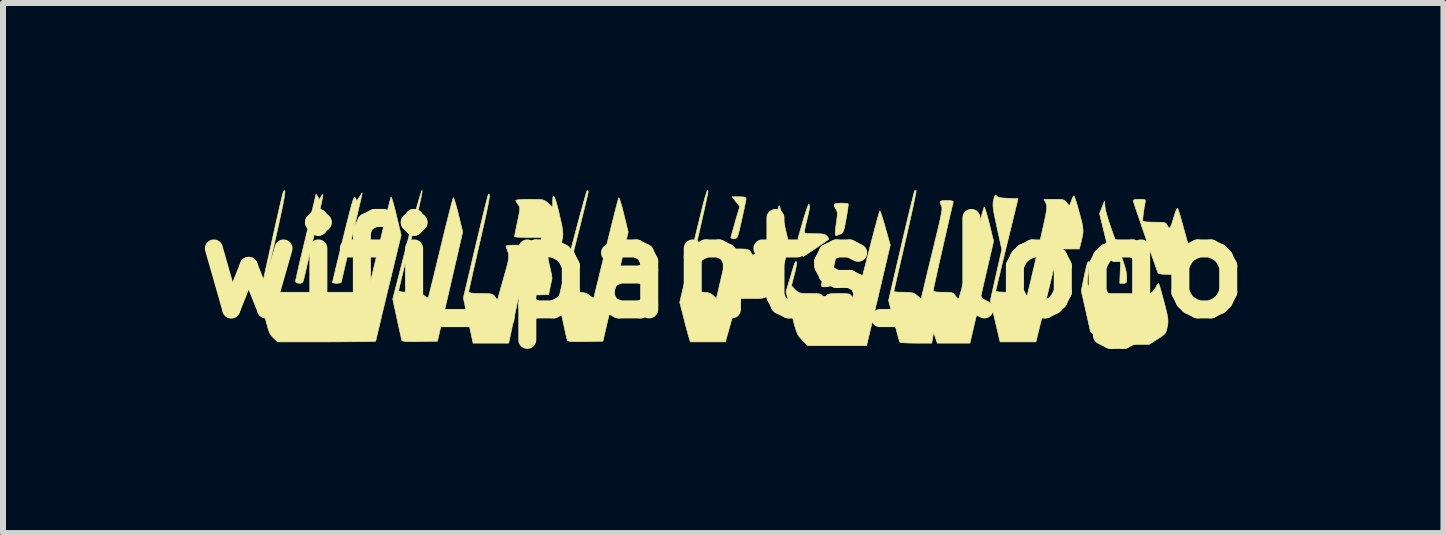
<source format=kicad_pcb>
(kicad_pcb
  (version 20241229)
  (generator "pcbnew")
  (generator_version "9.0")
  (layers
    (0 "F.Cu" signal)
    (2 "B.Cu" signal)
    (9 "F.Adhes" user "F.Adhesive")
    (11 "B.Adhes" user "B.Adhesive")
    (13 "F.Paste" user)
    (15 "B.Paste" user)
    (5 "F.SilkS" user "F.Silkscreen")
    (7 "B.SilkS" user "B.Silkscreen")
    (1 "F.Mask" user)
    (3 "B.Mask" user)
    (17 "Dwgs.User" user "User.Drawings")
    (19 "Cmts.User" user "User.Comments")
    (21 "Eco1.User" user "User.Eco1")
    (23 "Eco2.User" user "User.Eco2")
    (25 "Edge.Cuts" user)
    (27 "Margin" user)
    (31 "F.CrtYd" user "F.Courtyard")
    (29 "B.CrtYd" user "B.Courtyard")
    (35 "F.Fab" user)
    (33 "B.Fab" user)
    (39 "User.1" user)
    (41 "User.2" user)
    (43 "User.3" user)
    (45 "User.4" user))
  (footprint "wifi_pants_logo"
    (layer "F.Cu")
    (at 9.006 1.418)
    (property "Reference" "wifi_pants_logo" (at 0 0 0) (layer "F.SilkS") (effects (font (size 1.524 1.524) (thickness 0.3))))
    (attr through_hole)
    (fp_poly (pts (xy 1.899 -0.291) (xy 1.888 -0.236) (xy 1.871 -0.154) (xy 1.849 -0.053) (xy 1.837 0) (xy 1.769 0.308) (xy 1.701 0.314) (xy 1.654 0.313) (xy 1.634 0.298) (xy 1.634 0.298) (xy 1.639 0.268) (xy 1.652 0.207) (xy 1.671 0.128) (xy 1.68 0.089) (xy 1.712 -0.023) (xy 1.748 -0.109) (xy 1.796 -0.185) (xy 1.812 -0.206) (xy 1.856 -0.261) (xy 1.888 -0.3) (xy 1.901 -0.312) (xy 1.899 -0.291)) (stroke (width 0.01) (type solid)) (fill yes) (layer "F.SilkS"))
    (fp_poly (pts (xy 0.337 -1.185) (xy 0.374 -1.174) (xy 0.382 -1.159) (xy 0.377 -1.128) (xy 0.365 -1.066) (xy 0.347 -0.98) (xy 0.326 -0.882) (xy 0.303 -0.779) (xy 0.281 -0.683) (xy 0.261 -0.601) (xy 0.253 -0.568) (xy 0.233 -0.514) (xy 0.206 -0.491) (xy 0.18 -0.488) (xy 0.14 -0.494) (xy 0.127 -0.506) (xy 0.133 -0.532) (xy 0.149 -0.59) (xy 0.172 -0.672) (xy 0.2 -0.77) (xy 0.201 -0.776) (xy 0.276 -1.028) (xy 0.211 -1.108) (xy 0.147 -1.188) (xy 0.264 -1.188) (xy 0.337 -1.185)) (stroke (width 0.01) (type solid)) (fill yes) (layer "F.SilkS"))
    (fp_poly (pts (xy 2.025 -1.08) (xy 2.07 -1.076) (xy 2.083 -1.071) (xy 2.084 -1.047) (xy 2.077 -0.991) (xy 2.065 -0.91) (xy 2.05 -0.824) (xy 2.03 -0.721) (xy 2.015 -0.652) (xy 2 -0.609) (xy 1.982 -0.584) (xy 1.958 -0.568) (xy 1.936 -0.559) (xy 1.89 -0.542) (xy 1.871 -0.546) (xy 1.867 -0.577) (xy 1.867 -0.585) (xy 1.871 -0.633) (xy 1.879 -0.707) (xy 1.89 -0.786) (xy 1.901 -0.868) (xy 1.902 -0.921) (xy 1.893 -0.958) (xy 1.88 -0.98) (xy 1.85 -1.032) (xy 1.852 -1.063) (xy 1.889 -1.078) (xy 1.959 -1.082) (xy 2.025 -1.08)) (stroke (width 0.01) (type solid)) (fill yes) (layer "F.SilkS"))
    (fp_poly (pts (xy 6.367 -0.997) (xy 6.38 -0.937) (xy 6.406 -0.843) (xy 6.446 -0.721) (xy 6.496 -0.578) (xy 6.553 -0.423) (xy 6.613 -0.262) (xy 6.658 -0.135) (xy 6.691 -0.037) (xy 6.712 0.039) (xy 6.723 0.098) (xy 6.727 0.145) (xy 6.727 0.145) (xy 6.725 0.209) (xy 6.717 0.242) (xy 6.697 0.253) (xy 6.668 0.255) (xy 6.61 0.255) (xy 6.624 -0.106) (xy 6.549 -0.106) (xy 6.524 -0.105) (xy 6.504 -0.106) (xy 6.489 -0.113) (xy 6.474 -0.132) (xy 6.46 -0.167) (xy 6.443 -0.223) (xy 6.421 -0.306) (xy 6.393 -0.42) (xy 6.356 -0.569) (xy 6.355 -0.575) (xy 6.273 -0.907) (xy 6.314 -1.01) (xy 6.355 -1.114) (xy 6.367 -0.997)) (stroke (width 0.01) (type solid)) (fill yes) (layer "F.SilkS"))
    (fp_poly (pts (xy 1.438 -1.052) (xy 1.441 -1.021) (xy 1.432 -0.963) (xy 1.412 -0.873) (xy 1.392 -0.791) (xy 1.371 -0.706) (xy 1.358 -0.637) (xy 1.352 -0.594) (xy 1.353 -0.585) (xy 1.379 -0.579) (xy 1.435 -0.575) (xy 1.512 -0.573) (xy 1.528 -0.573) (xy 1.616 -0.571) (xy 1.672 -0.564) (xy 1.708 -0.55) (xy 1.73 -0.53) (xy 1.755 -0.497) (xy 1.759 -0.481) (xy 1.729 -0.458) (xy 1.675 -0.421) (xy 1.606 -0.373) (xy 1.531 -0.322) (xy 1.457 -0.273) (xy 1.394 -0.231) (xy 1.349 -0.201) (xy 1.331 -0.191) (xy 1.321 -0.21) (xy 1.305 -0.26) (xy 1.286 -0.331) (xy 1.283 -0.342) (xy 1.246 -0.493) (xy 1.327 -0.777) (xy 1.358 -0.88) (xy 1.386 -0.966) (xy 1.408 -1.028) (xy 1.423 -1.059) (xy 1.426 -1.061) (xy 1.438 -1.052)) (stroke (width 0.01) (type solid)) (fill yes) (layer "F.SilkS"))
    (fp_poly (pts (xy -6.78 -1.222) (xy -6.76 -1.19) (xy -6.732 -1.139) (xy -6.706 -1.187) (xy -6.684 -1.219) (xy -6.672 -1.225) (xy -6.674 -1.203) (xy -6.685 -1.145) (xy -6.704 -1.055) (xy -6.73 -0.94) (xy -6.761 -0.803) (xy -6.796 -0.651) (xy -6.812 -0.582) (xy -6.851 -0.418) (xy -6.887 -0.264) (xy -6.92 -0.125) (xy -6.947 -0.006) (xy -6.968 0.085) (xy -6.982 0.143) (xy -6.984 0.154) (xy -7 0.215) (xy -7.018 0.244) (xy -7.048 0.254) (xy -7.068 0.255) (xy -7.117 0.245) (xy -7.13 0.222) (xy -7.125 0.194) (xy -7.111 0.13) (xy -7.09 0.035) (xy -7.062 -0.086) (xy -7.028 -0.228) (xy -6.99 -0.387) (xy -6.96 -0.512) (xy -6.92 -0.678) (xy -6.883 -0.831) (xy -6.851 -0.966) (xy -6.824 -1.078) (xy -6.804 -1.162) (xy -6.793 -1.213) (xy -6.79 -1.227) (xy -6.78 -1.222)) (stroke (width 0.01) (type solid)) (fill yes) (layer "F.SilkS"))
    (fp_poly (pts (xy -6.021 -1.232) (xy -6.033 -1.176) (xy -6.054 -1.087) (xy -6.081 -0.971) (xy -6.113 -0.833) (xy -6.151 -0.676) (xy -6.189 -0.516) (xy -6.23 -0.346) (xy -6.267 -0.188) (xy -6.301 -0.049) (xy -6.328 0.069) (xy -6.349 0.158) (xy -6.362 0.216) (xy -6.366 0.237) (xy -6.385 0.249) (xy -6.43 0.254) (xy -6.44 0.255) (xy -6.489 0.251) (xy -6.513 0.241) (xy -6.514 0.239) (xy -6.508 0.215) (xy -6.494 0.155) (xy -6.472 0.063) (xy -6.444 -0.055) (xy -6.41 -0.195) (xy -6.371 -0.353) (xy -6.336 -0.497) (xy -6.289 -0.689) (xy -6.25 -0.843) (xy -6.22 -0.963) (xy -6.195 -1.053) (xy -6.176 -1.116) (xy -6.162 -1.155) (xy -6.151 -1.175) (xy -6.142 -1.178) (xy -6.134 -1.169) (xy -6.133 -1.168) (xy -6.107 -1.119) (xy -6.064 -1.185) (xy -6.036 -1.228) (xy -6.019 -1.251) (xy -6.017 -1.252) (xy -6.021 -1.232)) (stroke (width 0.01) (type solid)) (fill yes) (layer "F.SilkS"))
    (fp_poly (pts (xy 6.099 -0.104) (xy 6.1 -0.081) (xy 6.097 -0.025) (xy 6.089 0.052) (xy 6.085 0.088) (xy 6.075 0.176) (xy 6.071 0.234) (xy 6.077 0.274) (xy 6.092 0.306) (xy 6.119 0.344) (xy 6.121 0.348) (xy 6.18 0.424) (xy 6.537 0.424) (xy 6.668 0.425) (xy 6.762 0.426) (xy 6.827 0.429) (xy 6.868 0.434) (xy 6.891 0.443) (xy 6.902 0.455) (xy 6.907 0.467) (xy 6.92 0.496) (xy 6.942 0.506) (xy 6.98 0.497) (xy 7.044 0.467) (xy 7.068 0.456) (xy 7.155 0.399) (xy 7.207 0.332) (xy 7.209 0.328) (xy 7.234 0.281) (xy 7.253 0.256) (xy 7.256 0.255) (xy 7.265 0.274) (xy 7.283 0.327) (xy 7.306 0.408) (xy 7.333 0.508) (xy 7.347 0.56) (xy 7.378 0.68) (xy 7.399 0.769) (xy 7.411 0.835) (xy 7.414 0.886) (xy 7.412 0.931) (xy 7.403 0.98) (xy 7.403 0.98) (xy 7.39 1.04) (xy 7.372 1.081) (xy 7.341 1.115) (xy 7.288 1.154) (xy 7.24 1.184) (xy 7.1 1.273) (xy 6.332 1.273) (xy 6.227 1.167) (xy 6.122 1.06) (xy 6.046 0.721) (xy 5.969 0.381) (xy 6.016 0.147) (xy 6.04 0.033) (xy 6.059 -0.045) (xy 6.074 -0.09) (xy 6.088 -0.108) (xy 6.099 -0.104)) (stroke (width 0.01) (type solid)) (fill yes) (layer "F.SilkS"))
    (fp_poly (pts (xy 7.002 -1.144) (xy 7.032 -1.137) (xy 7.038 -1.118) (xy 7.035 -1.098) (xy 7.021 -1.028) (xy 7.009 -0.95) (xy 6.999 -0.874) (xy 6.994 -0.814) (xy 6.995 -0.781) (xy 6.995 -0.78) (xy 7.02 -0.773) (xy 7.076 -0.767) (xy 7.154 -0.764) (xy 7.191 -0.764) (xy 7.281 -0.763) (xy 7.338 -0.76) (xy 7.371 -0.751) (xy 7.389 -0.734) (xy 7.402 -0.71) (xy 7.426 -0.674) (xy 7.445 -0.667) (xy 7.459 -0.691) (xy 7.48 -0.746) (xy 7.504 -0.821) (xy 7.512 -0.85) (xy 7.538 -0.932) (xy 7.559 -0.982) (xy 7.574 -0.997) (xy 7.577 -0.994) (xy 7.588 -0.964) (xy 7.608 -0.901) (xy 7.633 -0.815) (xy 7.662 -0.713) (xy 7.668 -0.69) (xy 7.744 -0.415) (xy 7.679 -0.192) (xy 7.645 -0.076) (xy 7.619 0.005) (xy 7.596 0.057) (xy 7.569 0.088) (xy 7.534 0.102) (xy 7.485 0.106) (xy 7.417 0.106) (xy 7.415 0.106) (xy 7.319 0.103) (xy 7.263 0.092) (xy 7.246 0.08) (xy 7.221 0.008) (xy 7.187 -0.088) (xy 7.146 -0.204) (xy 7.101 -0.333) (xy 7.054 -0.47) (xy 7.007 -0.607) (xy 6.962 -0.74) (xy 6.92 -0.863) (xy 6.884 -0.968) (xy 6.856 -1.052) (xy 6.839 -1.106) (xy 6.833 -1.127) (xy 6.852 -1.138) (xy 6.901 -1.145) (xy 6.939 -1.146) (xy 7.002 -1.144)) (stroke (width 0.01) (type solid)) (fill yes) (layer "F.SilkS"))
    (fp_poly (pts (xy -5.019 -1.274) (xy -5.028 -1.216) (xy -5.048 -1.123) (xy -5.076 -0.998) (xy -5.112 -0.843) (xy -5.156 -0.662) (xy -5.203 -0.472) (xy -5.248 -0.291) (xy -5.29 -0.123) (xy -5.328 0.028) (xy -5.36 0.158) (xy -5.385 0.262) (xy -5.402 0.335) (xy -5.41 0.373) (xy -5.411 0.377) (xy -5.397 0.391) (xy -5.352 0.399) (xy -5.271 0.403) (xy -5.232 0.403) (xy -5.142 0.404) (xy -5.082 0.41) (xy -5.04 0.423) (xy -5.004 0.445) (xy -4.988 0.458) (xy -4.943 0.491) (xy -4.919 0.493) (xy -4.914 0.485) (xy -4.907 0.458) (xy -4.891 0.395) (xy -4.867 0.3) (xy -4.837 0.178) (xy -4.802 0.033) (xy -4.762 -0.13) (xy -4.719 -0.307) (xy -4.709 -0.35) (xy -4.666 -0.529) (xy -4.625 -0.694) (xy -4.588 -0.843) (xy -4.556 -0.969) (xy -4.53 -1.069) (xy -4.511 -1.137) (xy -4.501 -1.17) (xy -4.5 -1.172) (xy -4.49 -1.159) (xy -4.473 -1.111) (xy -4.451 -1.035) (xy -4.425 -0.938) (xy -4.414 -0.894) (xy -4.343 -0.6) (xy -4.553 0.31) (xy -4.764 1.22) (xy -5.056 1.226) (xy -5.18 1.228) (xy -5.267 1.226) (xy -5.322 1.221) (xy -5.351 1.212) (xy -5.357 1.205) (xy -5.365 1.176) (xy -5.379 1.113) (xy -5.399 1.024) (xy -5.423 0.916) (xy -5.438 0.847) (xy -5.509 0.517) (xy -5.276 -0.389) (xy -5.225 -0.584) (xy -5.178 -0.764) (xy -5.134 -0.924) (xy -5.096 -1.06) (xy -5.065 -1.168) (xy -5.04 -1.245) (xy -5.025 -1.288) (xy -5.02 -1.294) (xy -5.019 -1.274)) (stroke (width 0.01) (type solid)) (fill yes) (layer "F.SilkS"))
    (fp_poly (pts (xy 2.621 -0.936) (xy 2.64 -0.883) (xy 2.665 -0.804) (xy 2.694 -0.706) (xy 2.704 -0.669) (xy 2.785 -0.383) (xy 2.588 0.456) (xy 2.39 1.294) (xy 1.409 1.294) (xy 1.318 1.201) (xy 1.285 1.166) (xy 1.258 1.133) (xy 1.237 1.094) (xy 1.216 1.043) (xy 1.194 0.971) (xy 1.168 0.873) (xy 1.137 0.751) (xy 1.047 0.393) (xy 1.12 0.149) (xy 1.153 0.039) (xy 1.176 -0.035) (xy 1.192 -0.08) (xy 1.204 -0.102) (xy 1.213 -0.107) (xy 1.223 -0.1) (xy 1.223 -0.1) (xy 1.224 -0.075) (xy 1.215 -0.019) (xy 1.198 0.059) (xy 1.186 0.105) (xy 1.137 0.296) (xy 1.198 0.36) (xy 1.23 0.391) (xy 1.261 0.41) (xy 1.301 0.42) (xy 1.362 0.424) (xy 1.446 0.424) (xy 1.537 0.425) (xy 1.595 0.43) (xy 1.629 0.439) (xy 1.648 0.456) (xy 1.656 0.469) (xy 1.68 0.513) (xy 1.711 0.469) (xy 1.731 0.447) (xy 1.76 0.434) (xy 1.807 0.427) (xy 1.883 0.425) (xy 1.928 0.424) (xy 2.017 0.425) (xy 2.073 0.429) (xy 2.108 0.438) (xy 2.13 0.456) (xy 2.149 0.486) (xy 2.15 0.488) (xy 2.179 0.531) (xy 2.201 0.551) (xy 2.203 0.552) (xy 2.211 0.532) (xy 2.229 0.475) (xy 2.254 0.387) (xy 2.285 0.271) (xy 2.322 0.132) (xy 2.363 -0.026) (xy 2.407 -0.197) (xy 2.408 -0.202) (xy 2.452 -0.373) (xy 2.493 -0.531) (xy 2.53 -0.671) (xy 2.561 -0.787) (xy 2.586 -0.877) (xy 2.603 -0.934) (xy 2.611 -0.955) (xy 2.611 -0.955) (xy 2.621 -0.936)) (stroke (width 0.01) (type solid)) (fill yes) (layer "F.SilkS"))
    (fp_poly (pts (xy -7.308 -1.287) (xy -7.307 -1.256) (xy -7.315 -1.196) (xy -7.331 -1.104) (xy -7.356 -0.979) (xy -7.39 -0.819) (xy -7.434 -0.621) (xy -7.462 -0.495) (xy -7.639 0.285) (xy -7.582 0.344) (xy -7.525 0.403) (xy -6.05 0.403) (xy -6.012 0.467) (xy -5.984 0.509) (xy -5.964 0.53) (xy -5.963 0.53) (xy -5.955 0.511) (xy -5.939 0.454) (xy -5.916 0.364) (xy -5.886 0.246) (xy -5.851 0.104) (xy -5.812 -0.058) (xy -5.77 -0.235) (xy -5.751 -0.313) (xy -5.708 -0.496) (xy -5.667 -0.667) (xy -5.63 -0.821) (xy -5.598 -0.954) (xy -5.571 -1.061) (xy -5.552 -1.137) (xy -5.541 -1.178) (xy -5.539 -1.183) (xy -5.53 -1.173) (xy -5.514 -1.128) (xy -5.492 -1.053) (xy -5.466 -0.956) (xy -5.448 -0.879) (xy -5.369 -0.548) (xy -5.581 0.331) (xy -5.626 0.517) (xy -5.668 0.69) (xy -5.705 0.846) (xy -5.737 0.981) (xy -5.763 1.09) (xy -5.781 1.168) (xy -5.791 1.212) (xy -5.793 1.22) (xy -5.813 1.222) (xy -5.872 1.225) (xy -5.963 1.227) (xy -6.084 1.228) (xy -6.228 1.229) (xy -6.392 1.23) (xy -6.571 1.231) (xy -6.61 1.231) (xy -7.428 1.231) (xy -7.5 1.162) (xy -7.529 1.132) (xy -7.552 1.099) (xy -7.572 1.055) (xy -7.592 0.993) (xy -7.616 0.906) (xy -7.645 0.785) (xy -7.648 0.773) (xy -7.723 0.453) (xy -7.535 -0.397) (xy -7.494 -0.581) (xy -7.456 -0.753) (xy -7.421 -0.908) (xy -7.39 -1.041) (xy -7.365 -1.148) (xy -7.346 -1.224) (xy -7.335 -1.265) (xy -7.333 -1.271) (xy -7.317 -1.291) (xy -7.308 -1.287)) (stroke (width 0.01) (type solid)) (fill yes) (layer "F.SilkS"))
    (fp_poly (pts (xy -2.251 -1.278) (xy -2.25 -1.268) (xy -2.255 -1.242) (xy -2.269 -1.18) (xy -2.292 -1.085) (xy -2.322 -0.963) (xy -2.358 -0.818) (xy -2.398 -0.655) (xy -2.443 -0.478) (xy -2.458 -0.419) (xy -2.665 0.403) (xy -2.48 0.403) (xy -2.388 0.404) (xy -2.327 0.41) (xy -2.284 0.421) (xy -2.249 0.442) (xy -2.23 0.458) (xy -2.184 0.491) (xy -2.16 0.493) (xy -2.155 0.485) (xy -2.148 0.458) (xy -2.133 0.395) (xy -2.109 0.3) (xy -2.079 0.178) (xy -2.044 0.033) (xy -2.004 -0.13) (xy -1.961 -0.307) (xy -1.951 -0.35) (xy -1.907 -0.529) (xy -1.866 -0.694) (xy -1.829 -0.843) (xy -1.797 -0.969) (xy -1.771 -1.069) (xy -1.753 -1.137) (xy -1.742 -1.17) (xy -1.741 -1.172) (xy -1.732 -1.159) (xy -1.715 -1.111) (xy -1.692 -1.035) (xy -1.667 -0.938) (xy -1.656 -0.894) (xy -1.584 -0.6) (xy -1.795 0.31) (xy -2.005 1.22) (xy -2.297 1.226) (xy -2.422 1.228) (xy -2.509 1.226) (xy -2.564 1.221) (xy -2.592 1.212) (xy -2.599 1.205) (xy -2.61 1.163) (xy -2.627 1.091) (xy -2.647 0.999) (xy -2.67 0.894) (xy -2.692 0.788) (xy -2.712 0.688) (xy -2.729 0.604) (xy -2.739 0.544) (xy -2.742 0.52) (xy -2.737 0.488) (xy -2.722 0.421) (xy -2.7 0.324) (xy -2.67 0.204) (xy -2.635 0.064) (xy -2.596 -0.09) (xy -2.554 -0.253) (xy -2.51 -0.42) (xy -2.466 -0.586) (xy -2.424 -0.746) (xy -2.384 -0.895) (xy -2.347 -1.027) (xy -2.316 -1.139) (xy -2.291 -1.224) (xy -2.275 -1.277) (xy -2.267 -1.294) (xy -2.251 -1.278)) (stroke (width 0.01) (type solid)) (fill yes) (layer "F.SilkS"))
    (fp_poly (pts (xy -0.255 -1.274) (xy -0.255 -1.262) (xy -0.26 -1.232) (xy -0.274 -1.166) (xy -0.295 -1.068) (xy -0.322 -0.944) (xy -0.356 -0.796) (xy -0.393 -0.631) (xy -0.434 -0.454) (xy -0.443 -0.414) (xy -0.63 0.393) (xy -0.427 0.399) (xy -0.33 0.403) (xy -0.265 0.409) (xy -0.222 0.42) (xy -0.19 0.439) (xy -0.169 0.457) (xy -0.114 0.51) (xy -0.033 0.162) (xy -0.003 0.034) (xy 0.017 -0.06) (xy 0.029 -0.125) (xy 0.034 -0.17) (xy 0.031 -0.2) (xy 0.022 -0.222) (xy 0.014 -0.236) (xy -0.012 -0.277) (xy -0.021 -0.302) (xy -0.001 -0.309) (xy 0.052 -0.314) (xy 0.13 -0.317) (xy 0.201 -0.318) (xy 0.301 -0.318) (xy 0.367 -0.315) (xy 0.408 -0.308) (xy 0.433 -0.295) (xy 0.452 -0.275) (xy 0.458 -0.265) (xy 0.493 -0.212) (xy 0.613 -0.279) (xy 0.679 -0.318) (xy 0.731 -0.353) (xy 0.755 -0.373) (xy 0.767 -0.403) (xy 0.786 -0.466) (xy 0.81 -0.555) (xy 0.836 -0.662) (xy 0.849 -0.721) (xy 0.875 -0.83) (xy 0.898 -0.924) (xy 0.916 -0.994) (xy 0.929 -1.034) (xy 0.933 -1.04) (xy 0.942 -1.02) (xy 0.958 -0.966) (xy 0.979 -0.885) (xy 1.005 -0.783) (xy 1.021 -0.717) (xy 1.096 -0.394) (xy 0.908 0.358) (xy 0.794 0.434) (xy 0.741 0.467) (xy 0.698 0.489) (xy 0.653 0.502) (xy 0.595 0.508) (xy 0.512 0.509) (xy 0.459 0.509) (xy 0.239 0.509) (xy 0.138 0.87) (xy 0.037 1.231) (xy -0.548 1.231) (xy -0.57 1.162) (xy -0.584 1.115) (xy -0.605 1.037) (xy -0.631 0.94) (xy -0.658 0.833) (xy -0.658 0.832) (xy -0.725 0.572) (xy -0.509 -0.345) (xy -0.451 -0.59) (xy -0.401 -0.794) (xy -0.36 -0.961) (xy -0.327 -1.092) (xy -0.3 -1.189) (xy -0.28 -1.254) (xy -0.267 -1.289) (xy -0.258 -1.295) (xy -0.255 -1.274)) (stroke (width 0.01) (type solid)) (fill yes) (layer "F.SilkS"))
    (fp_poly (pts (xy 4.552 -1.208) (xy 4.553 -1.205) (xy 4.573 -1.186) (xy 4.613 -1.173) (xy 4.682 -1.166) (xy 4.744 -1.163) (xy 4.915 -1.156) (xy 4.729 -0.393) (xy 4.686 -0.219) (xy 4.647 -0.058) (xy 4.613 0.085) (xy 4.584 0.205) (xy 4.562 0.299) (xy 4.547 0.361) (xy 4.542 0.387) (xy 4.542 0.387) (xy 4.561 0.394) (xy 4.614 0.4) (xy 4.69 0.403) (xy 4.74 0.403) (xy 4.838 0.405) (xy 4.904 0.41) (xy 4.949 0.421) (xy 4.984 0.439) (xy 4.995 0.448) (xy 5.035 0.476) (xy 5.058 0.486) (xy 5.059 0.485) (xy 5.065 0.463) (xy 5.08 0.405) (xy 5.102 0.315) (xy 5.13 0.197) (xy 5.163 0.056) (xy 5.2 -0.102) (xy 5.239 -0.271) (xy 5.284 -0.467) (xy 5.32 -0.627) (xy 5.348 -0.753) (xy 5.369 -0.851) (xy 5.383 -0.925) (xy 5.391 -0.979) (xy 5.393 -1.018) (xy 5.392 -1.046) (xy 5.386 -1.067) (xy 5.379 -1.083) (xy 5.346 -1.146) (xy 5.515 -1.146) (xy 5.601 -1.145) (xy 5.655 -1.14) (xy 5.69 -1.127) (xy 5.715 -1.105) (xy 5.727 -1.09) (xy 5.771 -1.035) (xy 5.795 -1.096) (xy 5.817 -1.154) (xy 5.834 -1.197) (xy 5.845 -1.202) (xy 5.861 -1.173) (xy 5.883 -1.108) (xy 5.914 -1.004) (xy 5.916 -0.994) (xy 5.952 -0.864) (xy 5.977 -0.767) (xy 5.992 -0.694) (xy 5.998 -0.636) (xy 5.997 -0.586) (xy 5.989 -0.534) (xy 5.975 -0.473) (xy 5.974 -0.468) (xy 5.937 -0.318) (xy 5.59 -0.318) (xy 5.524 -0.048) (xy 5.499 0.054) (xy 5.467 0.187) (xy 5.43 0.34) (xy 5.39 0.503) (xy 5.351 0.666) (xy 5.336 0.727) (xy 5.213 1.231) (xy 4.615 1.231) (xy 4.534 0.886) (xy 4.453 0.541) (xy 4.548 0.117) (xy 4.644 -0.308) (xy 4.564 -0.676) (xy 4.535 -0.812) (xy 4.514 -0.913) (xy 4.502 -0.987) (xy 4.497 -1.043) (xy 4.498 -1.086) (xy 4.504 -1.125) (xy 4.508 -1.143) (xy 4.525 -1.2) (xy 4.538 -1.219) (xy 4.552 -1.208)) (stroke (width 0.01) (type solid)) (fill yes) (layer "F.SilkS"))
    (fp_poly (pts (xy -3.898 -1.223) (xy -3.898 -1.191) (xy -3.905 -1.136) (xy -3.92 -1.055) (xy -3.942 -0.944) (xy -3.973 -0.801) (xy -4.014 -0.622) (xy -4.061 -0.416) (xy -4.102 -0.238) (xy -4.139 -0.073) (xy -4.173 0.075) (xy -4.201 0.201) (xy -4.223 0.3) (xy -4.238 0.368) (xy -4.244 0.4) (xy -4.244 0.402) (xy -4.223 0.413) (xy -4.163 0.421) (xy -4.067 0.424) (xy -4.044 0.424) (xy -3.95 0.425) (xy -3.889 0.429) (xy -3.851 0.437) (xy -3.826 0.453) (xy -3.805 0.478) (xy -3.804 0.48) (xy -3.764 0.535) (xy -3.661 0.169) (xy -3.624 0.038) (xy -3.598 -0.059) (xy -3.582 -0.131) (xy -3.576 -0.185) (xy -3.578 -0.229) (xy -3.588 -0.269) (xy -3.605 -0.315) (xy -3.618 -0.345) (xy -3.621 -0.361) (xy -3.611 -0.372) (xy -3.58 -0.378) (xy -3.522 -0.381) (xy -3.43 -0.382) (xy -3.401 -0.382) (xy -3.299 -0.381) (xy -3.229 -0.379) (xy -3.184 -0.372) (xy -3.154 -0.359) (xy -3.129 -0.339) (xy -3.118 -0.327) (xy -3.066 -0.273) (xy -3.053 -0.322) (xy -3.042 -0.38) (xy -3.037 -0.44) (xy -3.034 -0.509) (xy -3.257 -0.509) (xy -3.349 -0.511) (xy -3.422 -0.514) (xy -3.468 -0.52) (xy -3.479 -0.525) (xy -3.475 -0.551) (xy -3.463 -0.61) (xy -3.447 -0.692) (xy -3.429 -0.775) (xy -3.408 -0.876) (xy -3.395 -0.945) (xy -3.391 -0.99) (xy -3.395 -1.019) (xy -3.407 -1.042) (xy -3.419 -1.059) (xy -3.447 -1.1) (xy -3.459 -1.128) (xy -3.439 -1.135) (xy -3.385 -1.141) (xy -3.306 -1.145) (xy -3.226 -1.146) (xy -3.124 -1.145) (xy -3.054 -1.143) (xy -3.007 -1.136) (xy -2.973 -1.122) (xy -2.942 -1.1) (xy -2.918 -1.08) (xy -2.843 -1.014) (xy -2.843 -1.116) (xy -2.84 -1.179) (xy -2.83 -1.201) (xy -2.814 -1.182) (xy -2.791 -1.123) (xy -2.763 -1.025) (xy -2.73 -0.888) (xy -2.728 -0.876) (xy -2.701 -0.76) (xy -2.684 -0.675) (xy -2.675 -0.612) (xy -2.673 -0.561) (xy -2.677 -0.514) (xy -2.687 -0.459) (xy -2.691 -0.44) (xy -2.722 -0.297) (xy -2.825 -0.297) (xy -2.887 -0.296) (xy -2.917 -0.287) (xy -2.927 -0.263) (xy -2.928 -0.228) (xy -2.922 -0.173) (xy -2.908 -0.094) (xy -2.888 -0.008) (xy -2.887 -0.003) (xy -2.869 0.075) (xy -2.857 0.138) (xy -2.854 0.175) (xy -2.854 0.177) (xy -2.862 0.21) (xy -2.875 0.27) (xy -2.886 0.323) (xy -2.91 0.444) (xy -3.158 0.45) (xy -3.406 0.456) (xy -3.576 1.252) (xy -3.873 1.252) (xy -4.17 1.252) (xy -4.251 0.875) (xy -4.332 0.498) (xy -4.13 -0.358) (xy -4.086 -0.542) (xy -4.045 -0.713) (xy -4.008 -0.867) (xy -3.976 -0.999) (xy -3.949 -1.105) (xy -3.93 -1.18) (xy -3.918 -1.22) (xy -3.916 -1.226) (xy -3.904 -1.233) (xy -3.898 -1.223)) (stroke (width 0.01) (type solid)) (fill yes) (layer "F.SilkS"))
    (fp_poly (pts (xy 3.216 -1.29) (xy 3.214 -1.267) (xy 3.203 -1.208) (xy 3.184 -1.116) (xy 3.159 -0.996) (xy 3.127 -0.853) (xy 3.091 -0.69) (xy 3.051 -0.513) (xy 3.035 -0.446) (xy 2.994 -0.265) (xy 2.955 -0.097) (xy 2.92 0.054) (xy 2.891 0.182) (xy 2.868 0.284) (xy 2.852 0.355) (xy 2.844 0.391) (xy 2.843 0.394) (xy 2.863 0.398) (xy 2.915 0.402) (xy 2.988 0.403) (xy 3.005 0.403) (xy 3.091 0.405) (xy 3.148 0.412) (xy 3.19 0.428) (xy 3.229 0.456) (xy 3.232 0.459) (xy 3.299 0.515) (xy 3.346 0.316) (xy 3.364 0.24) (xy 3.39 0.131) (xy 3.422 -0.003) (xy 3.459 -0.154) (xy 3.498 -0.313) (xy 3.528 -0.438) (xy 3.569 -0.607) (xy 3.6 -0.739) (xy 3.623 -0.84) (xy 3.637 -0.915) (xy 3.645 -0.968) (xy 3.646 -1.004) (xy 3.642 -1.029) (xy 3.636 -1.043) (xy 3.615 -1.087) (xy 3.617 -1.112) (xy 3.647 -1.122) (xy 3.713 -1.125) (xy 3.725 -1.125) (xy 3.793 -1.123) (xy 3.826 -1.116) (xy 3.835 -1.101) (xy 3.832 -1.088) (xy 3.823 -1.052) (xy 3.806 -0.982) (xy 3.783 -0.884) (xy 3.755 -0.764) (xy 3.724 -0.627) (xy 3.69 -0.48) (xy 3.656 -0.328) (xy 3.622 -0.178) (xy 3.589 -0.034) (xy 3.56 0.097) (xy 3.536 0.209) (xy 3.517 0.296) (xy 3.505 0.353) (xy 3.501 0.374) (xy 3.512 0.389) (xy 3.548 0.399) (xy 3.617 0.403) (xy 3.666 0.403) (xy 3.749 0.404) (xy 3.802 0.409) (xy 3.834 0.421) (xy 3.857 0.445) (xy 3.872 0.466) (xy 3.906 0.506) (xy 3.927 0.505) (xy 3.928 0.503) (xy 3.937 0.477) (xy 3.955 0.415) (xy 3.981 0.322) (xy 4.015 0.202) (xy 4.053 0.06) (xy 4.096 -0.099) (xy 4.138 -0.255) (xy 4.184 -0.425) (xy 4.227 -0.582) (xy 4.265 -0.723) (xy 4.298 -0.841) (xy 4.324 -0.932) (xy 4.341 -0.991) (xy 4.349 -1.014) (xy 4.358 -1.004) (xy 4.375 -0.959) (xy 4.397 -0.886) (xy 4.423 -0.791) (xy 4.435 -0.744) (xy 4.507 -0.448) (xy 4.373 0.132) (xy 4.334 0.3) (xy 4.295 0.471) (xy 4.257 0.634) (xy 4.223 0.782) (xy 4.194 0.905) (xy 4.176 0.981) (xy 4.113 1.252) (xy 3.568 1.252) (xy 3.538 1.162) (xy 3.508 1.072) (xy 3.492 1.162) (xy 3.476 1.252) (xy 3.214 1.252) (xy 3.113 1.251) (xy 3.029 1.247) (xy 2.969 1.243) (xy 2.943 1.236) (xy 2.943 1.236) (xy 2.935 1.211) (xy 2.918 1.152) (xy 2.895 1.067) (xy 2.867 0.962) (xy 2.845 0.881) (xy 2.756 0.541) (xy 2.967 -0.367) (xy 3.011 -0.557) (xy 3.053 -0.734) (xy 3.091 -0.894) (xy 3.125 -1.032) (xy 3.153 -1.145) (xy 3.174 -1.228) (xy 3.187 -1.277) (xy 3.191 -1.288) (xy 3.214 -1.291) (xy 3.216 -1.29)) (stroke (width 0.01) (type solid)) (fill yes) (layer "F.SilkS")))
  (gr_rect
    (start -3 -3)
    (end 21.012 5.836)
    (stroke (width 0.1) (type default))
    (fill no)
    (layer "Edge.Cuts")))
</source>
